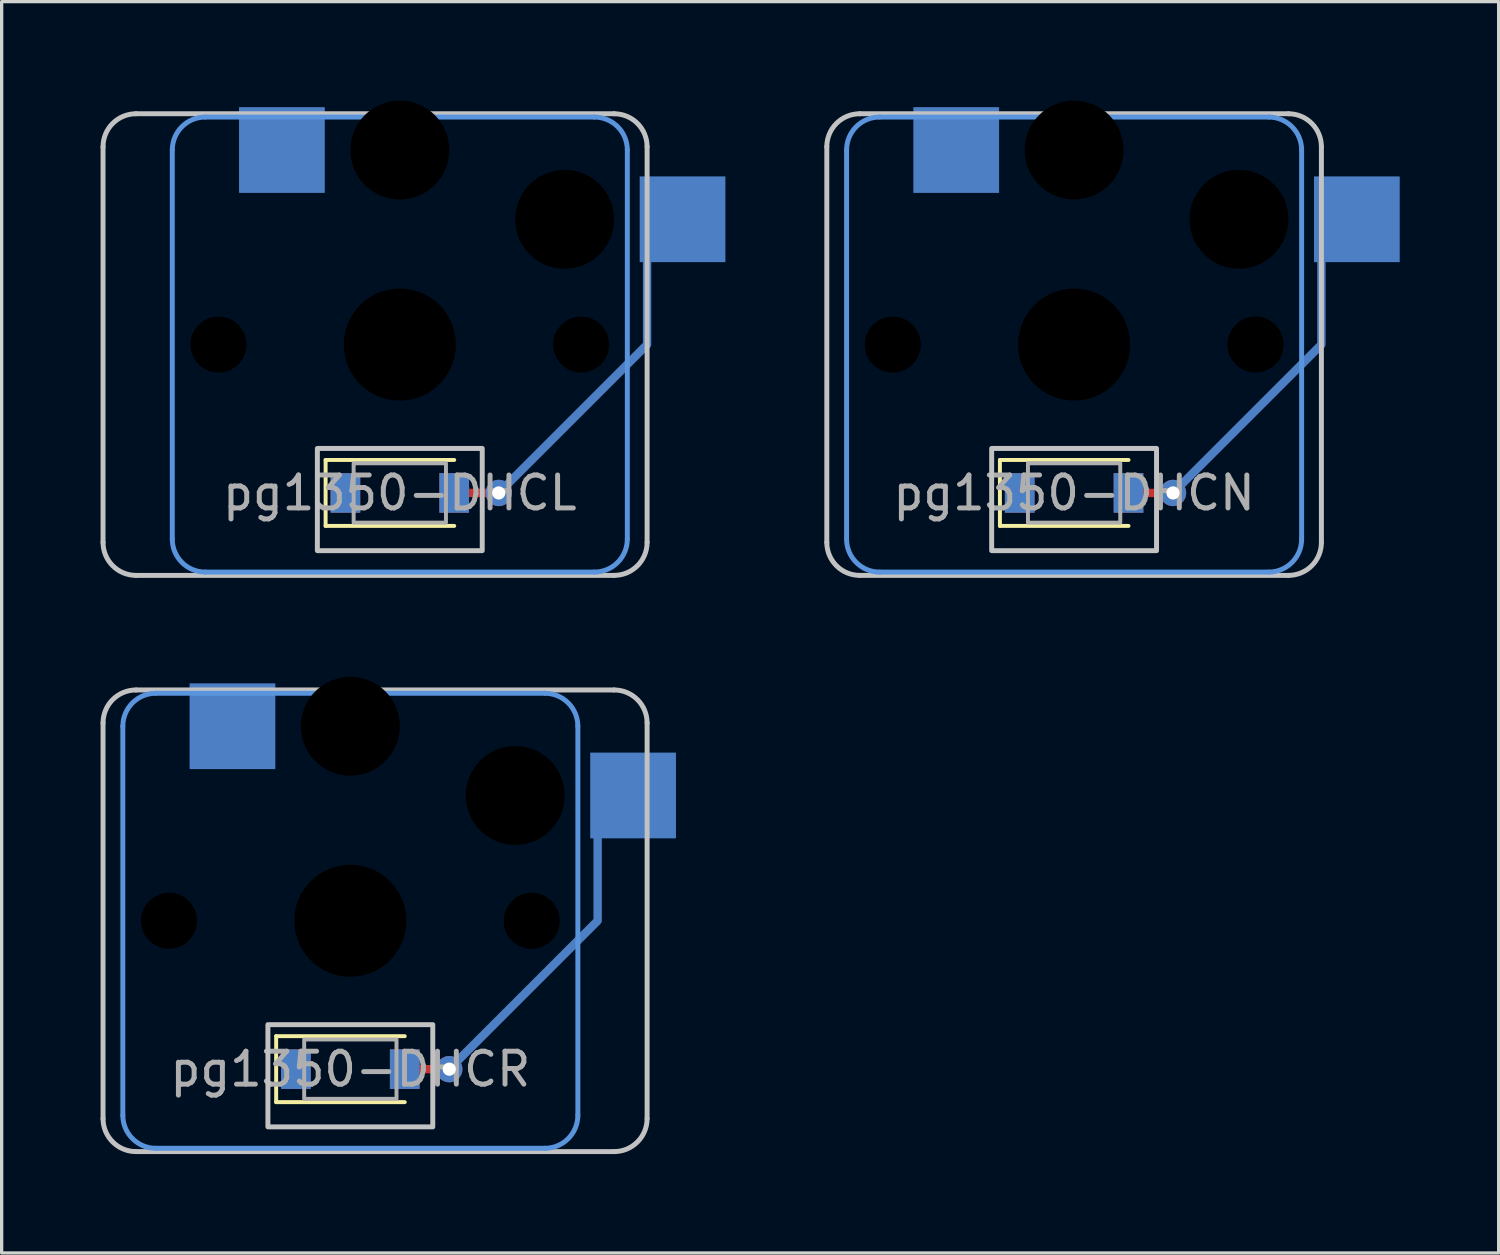
<source format=kicad_pcb>
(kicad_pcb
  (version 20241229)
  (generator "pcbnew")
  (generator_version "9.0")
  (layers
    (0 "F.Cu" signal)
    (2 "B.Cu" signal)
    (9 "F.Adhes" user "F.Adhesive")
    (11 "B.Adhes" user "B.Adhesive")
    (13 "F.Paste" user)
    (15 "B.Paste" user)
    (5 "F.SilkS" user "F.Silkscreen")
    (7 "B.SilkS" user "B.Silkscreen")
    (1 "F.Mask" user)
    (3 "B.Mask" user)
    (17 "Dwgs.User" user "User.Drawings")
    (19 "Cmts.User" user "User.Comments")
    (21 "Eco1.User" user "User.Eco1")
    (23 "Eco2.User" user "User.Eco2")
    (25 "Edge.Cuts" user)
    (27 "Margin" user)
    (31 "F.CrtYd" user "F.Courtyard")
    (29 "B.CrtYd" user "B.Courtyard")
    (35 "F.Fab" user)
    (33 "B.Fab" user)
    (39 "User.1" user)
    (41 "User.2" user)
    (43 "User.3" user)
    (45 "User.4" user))
  (footprint "pg1350-DHCR"
    (layer "F.Cu")
    (at 7.575 29.375)
    (property "Reference" "pg1350-DHCR" (at 0 0 0) (layer "F.Fab") (effects (font (size 1 1) (thickness 0.15))))
    (attr smd)
    (fp_line (start -2.25 -1) (end -2.25 1) (stroke (width 0.12) (type solid)) (layer "F.SilkS"))
    (fp_line (start -2.25 1) (end 1.65 1) (stroke (width 0.12) (type solid)) (layer "F.SilkS"))
    (fp_line (start 1.65 -1) (end -2.25 -1) (stroke (width 0.12) (type solid)) (layer "F.SilkS"))
    (fp_line (start -7.5 1.5) (end -7.5 -10.5) (stroke (width 0.15) (type solid)) (layer "Dwgs.User"))
    (fp_line (start -6.5 -11.5) (end 8 -11.5) (stroke (width 0.15) (type solid)) (layer "Dwgs.User"))
    (fp_line (start 8 2.5) (end -6.5 2.5) (stroke (width 0.15) (type solid)) (layer "Dwgs.User"))
    (fp_line (start 9 -10.5) (end 9 1.5) (stroke (width 0.15) (type solid)) (layer "Dwgs.User"))
    (fp_rect (start 2.5 1.75) (end -2.5 -1.35) (stroke (width 0.15) (type solid)) (fill no) (layer "Dwgs.User"))
    (fp_arc (start -7.5 -10.5) (mid -7.207107 -11.207107) (end -6.5 -11.5) (stroke (width 0.15) (type solid)) (layer "Dwgs.User"))
    (fp_arc (start -6.5 2.5) (mid -7.207107 2.207107) (end -7.5 1.5) (stroke (width 0.15) (type solid)) (layer "Dwgs.User"))
    (fp_arc (start 8 -11.5) (mid 8.707107 -11.207107) (end 9 -10.5) (stroke (width 0.15) (type solid)) (layer "Dwgs.User"))
    (fp_arc (start 9 1.5) (mid 8.707107 2.207107) (end 8 2.5) (stroke (width 0.15) (type solid)) (layer "Dwgs.User"))
    (fp_line (start -6.9 1.4) (end -6.9 -10.4) (stroke (width 0.15) (type solid)) (layer "Cmts.User"))
    (fp_line (start -5.9 -11.4) (end 5.9 -11.4) (stroke (width 0.15) (type solid)) (layer "Cmts.User"))
    (fp_line (start 5.9 2.4) (end -5.9 2.4) (stroke (width 0.15) (type solid)) (layer "Cmts.User"))
    (fp_line (start 6.9 -10.4) (end 6.9 1.4) (stroke (width 0.15) (type solid)) (layer "Cmts.User"))
    (fp_arc (start -6.9 -10.4) (mid -6.607107 -11.107107) (end -5.9 -11.4) (stroke (width 0.15) (type solid)) (layer "Cmts.User"))
    (fp_arc (start -5.9 2.4) (mid -6.607107 2.107107) (end -6.9 1.4) (stroke (width 0.15) (type solid)) (layer "Cmts.User"))
    (fp_arc (start 5.9 -11.4) (mid 6.607107 -11.107107) (end 6.9 -10.4) (stroke (width 0.15) (type solid)) (layer "Cmts.User"))
    (fp_arc (start 6.9 1.4) (mid 6.607107 2.107107) (end 5.9 2.4) (stroke (width 0.15) (type solid)) (layer "Cmts.User"))
    (fp_rect (start 1.4 0.9) (end -1.4 -0.9) (stroke (width 0.12) (type solid)) (fill no) (layer "F.Fab"))
    (pad "" np_thru_hole circle (at -5.5 -4.5) (size 1.7 1.7) (drill 1.7) (layers "*.Mask"))
    (pad "" np_thru_hole circle (at 0 -10.4) (size 3 3) (drill 3) (layers "*.Mask"))
    (pad "" np_thru_hole circle (at 0 -4.5) (size 3.4 3.4) (drill 3.4) (layers "*.Mask"))
    (pad "" np_thru_hole circle (at 5 -8.3) (size 3 3) (drill 3) (layers "*.Mask"))
    (pad "" np_thru_hole circle (at 5.5 -4.5) (size 1.7 1.7) (drill 1.7) (layers "*.Mask"))
    (pad "1" smd rect (at -3.575 -10.4) (size 2.6 2.6) (layers "B.Cu" "B.Mask"))
    (pad "2" smd rect (at -1.65 0) (size 0.9 1.2) (layers "*.Cu" "*.Paste" "*.Mask"))
    (pad "3" smd rect (at 1.65 0) (size 0.9 1.2) (layers "*.Cu" "*.Paste" "*.Mask"))
    (pad "3" smd oval (at 2.325 0) (size 1.604 0.254) (layers "F.Cu"))
    (pad "3" smd custom (at 3 0) (size 0.254 0.254) (layers "B.Cu") (options (anchor circle)) (primitives (gr_line (start 0 0) (end 4.5 -4.5) (width 0.254)) (gr_line (start 4.5 -4.5) (end 4.5 -8.3) (width 0.254))))
    (pad "3" thru_hole circle (at 3 0) (size 0.8 0.8) (drill 0.4) (layers "*.Cu"))
    (pad "3" smd rect (at 8.575 -8.3) (size 2.6 2.6) (layers "B.Cu" "B.Mask")))
  (footprint "pg1350-DHCN"
    (layer "F.Cu")
    (at 29.525 11.9)
    (property "Reference" "pg1350-DHCN" (at 0 0 0) (layer "F.Fab") (effects (font (size 1 1) (thickness 0.15))))
    (attr smd)
    (fp_line (start -2.25 -1) (end -2.25 1) (stroke (width 0.12) (type solid)) (layer "F.SilkS"))
    (fp_line (start -2.25 1) (end 1.65 1) (stroke (width 0.12) (type solid)) (layer "F.SilkS"))
    (fp_line (start 1.65 -1) (end -2.25 -1) (stroke (width 0.12) (type solid)) (layer "F.SilkS"))
    (fp_line (start -7.5 1.5) (end -7.5 -10.5) (stroke (width 0.15) (type solid)) (layer "Dwgs.User"))
    (fp_line (start -6.5 -11.5) (end 6.5 -11.5) (stroke (width 0.15) (type solid)) (layer "Dwgs.User"))
    (fp_line (start 6.5 2.5) (end -6.5 2.5) (stroke (width 0.15) (type solid)) (layer "Dwgs.User"))
    (fp_line (start 7.5 -10.5) (end 7.5 1.5) (stroke (width 0.15) (type solid)) (layer "Dwgs.User"))
    (fp_rect (start 2.5 1.75) (end -2.5 -1.35) (stroke (width 0.15) (type solid)) (fill no) (layer "Dwgs.User"))
    (fp_arc (start -7.5 -10.5) (mid -7.207107 -11.207107) (end -6.5 -11.5) (stroke (width 0.15) (type solid)) (layer "Dwgs.User"))
    (fp_arc (start -6.5 2.5) (mid -7.207107 2.207107) (end -7.5 1.5) (stroke (width 0.15) (type solid)) (layer "Dwgs.User"))
    (fp_arc (start 6.5 -11.5) (mid 7.207107 -11.207107) (end 7.5 -10.5) (stroke (width 0.15) (type solid)) (layer "Dwgs.User"))
    (fp_arc (start 7.5 1.5) (mid 7.207107 2.207107) (end 6.5 2.5) (stroke (width 0.15) (type solid)) (layer "Dwgs.User"))
    (fp_line (start -6.9 1.4) (end -6.9 -10.4) (stroke (width 0.15) (type solid)) (layer "Cmts.User"))
    (fp_line (start -5.9 -11.4) (end 5.9 -11.4) (stroke (width 0.15) (type solid)) (layer "Cmts.User"))
    (fp_line (start 5.9 2.4) (end -5.9 2.4) (stroke (width 0.15) (type solid)) (layer "Cmts.User"))
    (fp_line (start 6.9 -10.4) (end 6.9 1.4) (stroke (width 0.15) (type solid)) (layer "Cmts.User"))
    (fp_arc (start -6.9 -10.4) (mid -6.607107 -11.107107) (end -5.9 -11.4) (stroke (width 0.15) (type solid)) (layer "Cmts.User"))
    (fp_arc (start -5.9 2.4) (mid -6.607107 2.107107) (end -6.9 1.4) (stroke (width 0.15) (type solid)) (layer "Cmts.User"))
    (fp_arc (start 5.9 -11.4) (mid 6.607107 -11.107107) (end 6.9 -10.4) (stroke (width 0.15) (type solid)) (layer "Cmts.User"))
    (fp_arc (start 6.9 1.4) (mid 6.607107 2.107107) (end 5.9 2.4) (stroke (width 0.15) (type solid)) (layer "Cmts.User"))
    (fp_rect (start 1.4 0.9) (end -1.4 -0.9) (stroke (width 0.12) (type solid)) (fill no) (layer "F.Fab"))
    (pad "" np_thru_hole circle (at -5.5 -4.5) (size 1.7 1.7) (drill 1.7) (layers "*.Mask"))
    (pad "" np_thru_hole circle (at 0 -10.4) (size 3 3) (drill 3) (layers "*.Mask"))
    (pad "" np_thru_hole circle (at 0 -4.5) (size 3.4 3.4) (drill 3.4) (layers "*.Mask"))
    (pad "" np_thru_hole circle (at 5 -8.3) (size 3 3) (drill 3) (layers "*.Mask"))
    (pad "" np_thru_hole circle (at 5.5 -4.5) (size 1.7 1.7) (drill 1.7) (layers "*.Mask"))
    (pad "1" smd rect (at -3.575 -10.4) (size 2.6 2.6) (layers "B.Cu" "B.Mask"))
    (pad "2" smd rect (at -1.65 0) (size 0.9 1.2) (layers "*.Cu" "*.Paste" "*.Mask"))
    (pad "3" smd rect (at 1.65 0) (size 0.9 1.2) (layers "*.Cu" "*.Paste" "*.Mask"))
    (pad "3" smd oval (at 2.325 0) (size 1.604 0.254) (layers "F.Cu"))
    (pad "3" smd custom (at 3 0) (size 0.254 0.254) (layers "B.Cu") (options (anchor circle)) (primitives (gr_line (start 0 0) (end 4.5 -4.5) (width 0.254)) (gr_line (start 4.5 -4.5) (end 4.5 -8.3) (width 0.254))))
    (pad "3" thru_hole circle (at 3 0) (size 0.8 0.8) (drill 0.4) (layers "*.Cu"))
    (pad "3" smd rect (at 8.575 -8.3) (size 2.6 2.6) (layers "B.Cu" "B.Mask")))
  (footprint "pg1350-DHCL"
    (layer "F.Cu")
    (at 9.075 11.9)
    (property "Reference" "pg1350-DHCL" (at 0 0 0) (layer "F.Fab") (effects (font (size 1 1) (thickness 0.15))))
    (attr smd)
    (fp_line (start -2.25 -1) (end -2.25 1) (stroke (width 0.12) (type solid)) (layer "F.SilkS"))
    (fp_line (start -2.25 1) (end 1.65 1) (stroke (width 0.12) (type solid)) (layer "F.SilkS"))
    (fp_line (start 1.65 -1) (end -2.25 -1) (stroke (width 0.12) (type solid)) (layer "F.SilkS"))
    (fp_line (start -9 1.5) (end -9 -10.5) (stroke (width 0.15) (type solid)) (layer "Dwgs.User"))
    (fp_line (start -8 -11.5) (end 6.5 -11.5) (stroke (width 0.15) (type solid)) (layer "Dwgs.User"))
    (fp_line (start 6.5 2.5) (end -8 2.5) (stroke (width 0.15) (type solid)) (layer "Dwgs.User"))
    (fp_line (start 7.5 -10.5) (end 7.5 1.5) (stroke (width 0.15) (type solid)) (layer "Dwgs.User"))
    (fp_rect (start 2.5 1.75) (end -2.5 -1.35) (stroke (width 0.15) (type solid)) (fill no) (layer "Dwgs.User"))
    (fp_arc (start -9 -10.5) (mid -8.707107 -11.207107) (end -8 -11.5) (stroke (width 0.15) (type solid)) (layer "Dwgs.User"))
    (fp_arc (start -8 2.5) (mid -8.707107 2.207107) (end -9 1.5) (stroke (width 0.15) (type solid)) (layer "Dwgs.User"))
    (fp_arc (start 6.5 -11.5) (mid 7.207107 -11.207107) (end 7.5 -10.5) (stroke (width 0.15) (type solid)) (layer "Dwgs.User"))
    (fp_arc (start 7.5 1.5) (mid 7.207107 2.207107) (end 6.5 2.5) (stroke (width 0.15) (type solid)) (layer "Dwgs.User"))
    (fp_line (start -6.9 1.4) (end -6.9 -10.4) (stroke (width 0.15) (type solid)) (layer "Cmts.User"))
    (fp_line (start -5.9 -11.4) (end 5.9 -11.4) (stroke (width 0.15) (type solid)) (layer "Cmts.User"))
    (fp_line (start 5.9 2.4) (end -5.9 2.4) (stroke (width 0.15) (type solid)) (layer "Cmts.User"))
    (fp_line (start 6.9 -10.4) (end 6.9 1.4) (stroke (width 0.15) (type solid)) (layer "Cmts.User"))
    (fp_arc (start -6.9 -10.4) (mid -6.607107 -11.107107) (end -5.9 -11.4) (stroke (width 0.15) (type solid)) (layer "Cmts.User"))
    (fp_arc (start -5.9 2.4) (mid -6.607107 2.107107) (end -6.9 1.4) (stroke (width 0.15) (type solid)) (layer "Cmts.User"))
    (fp_arc (start 5.9 -11.4) (mid 6.607107 -11.107107) (end 6.9 -10.4) (stroke (width 0.15) (type solid)) (layer "Cmts.User"))
    (fp_arc (start 6.9 1.4) (mid 6.607107 2.107107) (end 5.9 2.4) (stroke (width 0.15) (type solid)) (layer "Cmts.User"))
    (fp_rect (start 1.4 0.9) (end -1.4 -0.9) (stroke (width 0.12) (type solid)) (fill no) (layer "F.Fab"))
    (pad "" np_thru_hole circle (at -5.5 -4.5) (size 1.7 1.7) (drill 1.7) (layers "*.Mask"))
    (pad "" np_thru_hole circle (at 0 -10.4) (size 3 3) (drill 3) (layers "*.Mask"))
    (pad "" np_thru_hole circle (at 0 -4.5) (size 3.4 3.4) (drill 3.4) (layers "*.Mask"))
    (pad "" np_thru_hole circle (at 5 -8.3) (size 3 3) (drill 3) (layers "*.Mask"))
    (pad "" np_thru_hole circle (at 5.5 -4.5) (size 1.7 1.7) (drill 1.7) (layers "*.Mask"))
    (pad "1" smd rect (at -3.575 -10.4) (size 2.6 2.6) (layers "B.Cu" "B.Mask"))
    (pad "2" smd rect (at -1.65 0) (size 0.9 1.2) (layers "*.Cu" "*.Paste" "*.Mask"))
    (pad "3" smd rect (at 1.65 0) (size 0.9 1.2) (layers "*.Cu" "*.Paste" "*.Mask"))
    (pad "3" smd oval (at 2.325 0) (size 1.604 0.254) (layers "F.Cu"))
    (pad "3" smd custom (at 3 0) (size 0.254 0.254) (layers "B.Cu") (options (anchor circle)) (primitives (gr_line (start 0 0) (end 4.5 -4.5) (width 0.254)) (gr_line (start 4.5 -4.5) (end 4.5 -8.3) (width 0.254))))
    (pad "3" thru_hole circle (at 3 0) (size 0.8 0.8) (drill 0.4) (layers "*.Cu"))
    (pad "3" smd rect (at 8.575 -8.3) (size 2.6 2.6) (layers "B.Cu" "B.Mask")))
  (gr_rect
    (start -3 -3)
    (end 42.4 34.95)
    (stroke (width 0.1) (type default))
    (fill no)
    (layer "Edge.Cuts")))
</source>
